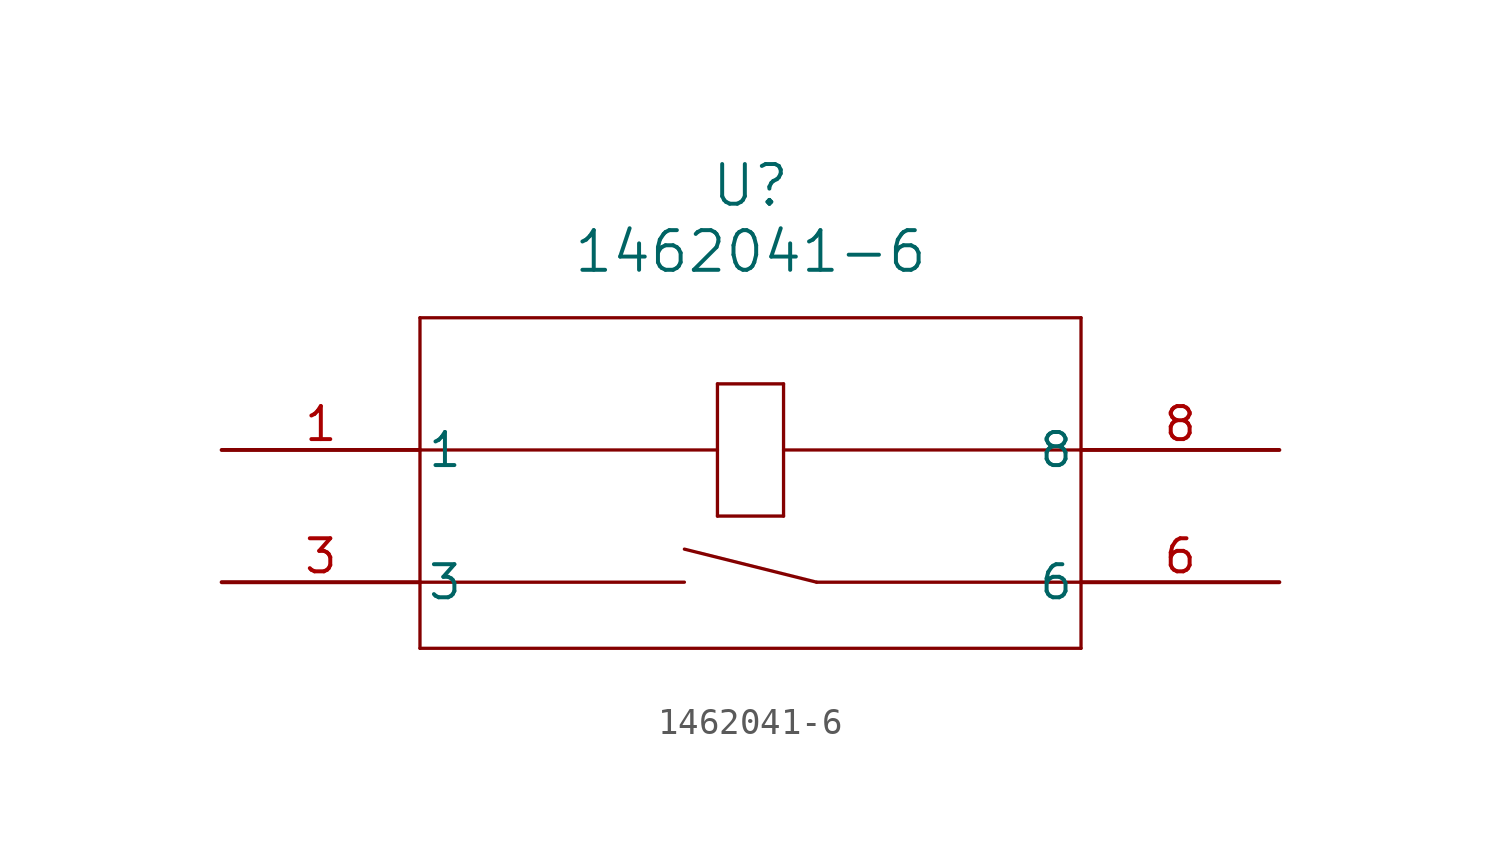
<source format=kicad_sym>
(kicad_symbol_lib
  (version 20211014)
  (generator kicad_symbol_editor)
  (symbol "1462041-6"
    (pin_names
      (offset 0.254))
    (property "Reference" "U"
      (at 20.32 10.16 0)
      (effects (font (size 1.524 1.524))))
    (property "Value" "1462041-6"
      (at 20.32 7.62 0)
      (effects (font (size 1.524 1.524))))
    (symbol "1462041-6_0_1"
      (polyline (pts (xy 7.62 5.08) (xy 7.62 -7.62)) (stroke (width 0.127) (type default) (color 0 0 0 0)) (fill (type none)))
      (polyline (pts (xy 7.62 -7.62) (xy 33.02 -7.62)) (stroke (width 0.127) (type default) (color 0 0 0 0)) (fill (type none)))
      (polyline (pts (xy 33.02 -7.62) (xy 33.02 5.08)) (stroke (width 0.127) (type default) (color 0 0 0 0)) (fill (type none)))
      (polyline (pts (xy 33.02 5.08) (xy 7.62 5.08)) (stroke (width 0.127) (type default) (color 0 0 0 0)) (fill (type none)))
      (polyline (pts (xy 19.05 2.54) (xy 21.59 2.54)) (stroke (width 0.127) (type default) (color 0 0 0 0)) (fill (type none)))
      (polyline (pts (xy 19.05 2.54) (xy 19.05 -2.54)) (stroke (width 0.127) (type default) (color 0 0 0 0)) (fill (type none)))
      (polyline (pts (xy 19.05 -2.54) (xy 21.59 -2.54)) (stroke (width 0.127) (type default) (color 0 0 0 0)) (fill (type none)))
      (polyline (pts (xy 21.59 -2.54) (xy 21.59 2.54)) (stroke (width 0.127) (type default) (color 0 0 0 0)) (fill (type none)))
      (polyline (pts (xy 21.59 0) (xy 33.02 0)) (stroke (width 0.127) (type default) (color 0 0 0 0)) (fill (type none)))
      (polyline (pts (xy 19.05 0) (xy 7.62 0)) (stroke (width 0.127) (type default) (color 0 0 0 0)) (fill (type none)))
      (polyline (pts (xy 7.62 -5.08) (xy 17.78 -5.08)) (stroke (width 0.127) (type default) (color 0 0 0 0)) (fill (type none)))
      (polyline (pts (xy 22.86 -5.08) (xy 33.02 -5.08)) (stroke (width 0.127) (type default) (color 0 0 0 0)) (fill (type none)))
      (polyline (pts (xy 22.86 -5.08) (xy 17.78 -3.81)) (stroke (width 0.127) (type default) (color 0 0 0 0)) (fill (type none)))
      (pin unspecified line (at 0 0 0) (length 7.62) (name "1" (effects (font (size 1.27 1.27)))) (number "1" (effects (font (size 1.27 1.27)))))
      (pin unspecified line (at 0 -5.08 0) (length 7.62) (name "3" (effects (font (size 1.27 1.27)))) (number "3" (effects (font (size 1.27 1.27)))))
      (pin unspecified line (at 40.64 -5.08 180) (length 7.62) (name "6" (effects (font (size 1.27 1.27)))) (number "6" (effects (font (size 1.27 1.27)))))
      (pin unspecified line (at 40.64 0 180) (length 7.62) (name "8" (effects (font (size 1.27 1.27)))) (number "8" (effects (font (size 1.27 1.27))))))))
</source>
